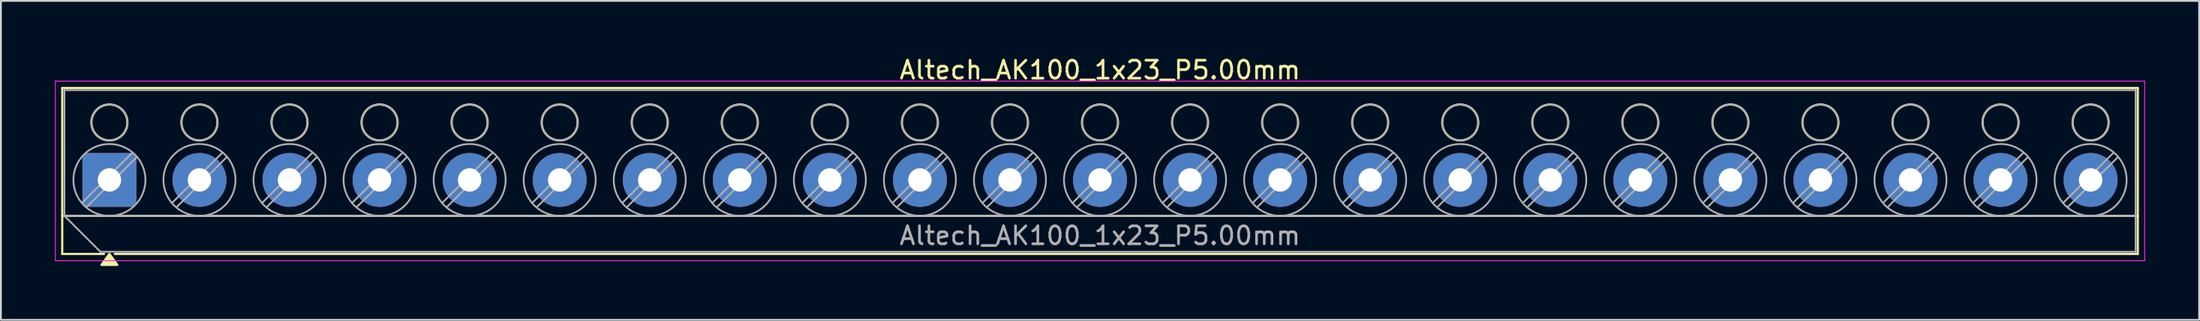
<source format=kicad_pcb>
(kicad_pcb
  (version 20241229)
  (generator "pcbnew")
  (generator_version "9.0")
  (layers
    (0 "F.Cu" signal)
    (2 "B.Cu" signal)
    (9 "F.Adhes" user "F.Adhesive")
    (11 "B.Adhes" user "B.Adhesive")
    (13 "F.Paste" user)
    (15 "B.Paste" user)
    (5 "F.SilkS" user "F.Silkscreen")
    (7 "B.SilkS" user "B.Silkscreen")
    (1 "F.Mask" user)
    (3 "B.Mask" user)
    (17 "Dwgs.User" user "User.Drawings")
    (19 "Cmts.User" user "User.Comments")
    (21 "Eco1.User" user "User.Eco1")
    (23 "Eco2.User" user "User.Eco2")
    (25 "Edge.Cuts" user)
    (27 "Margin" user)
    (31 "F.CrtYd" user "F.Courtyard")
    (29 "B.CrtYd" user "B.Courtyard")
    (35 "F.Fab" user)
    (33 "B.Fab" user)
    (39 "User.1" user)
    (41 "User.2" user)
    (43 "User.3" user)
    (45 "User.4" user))
  (footprint "Altech_AK100_1x23_P5.00mm"
    (layer "F.Cu")
    (at 3.025 6.968)
    (property "Reference" "Altech_AK100_1x23_P5.00mm" (at 55 -6.12 0) (layer "F.SilkS") (effects (font (size 1 1) (thickness 0.15))))
    (attr through_hole)
    (fp_line (start -2.62 -5.12) (end 112.62 -5.12) (stroke (width 0.12) (type solid)) (layer "F.SilkS"))
    (fp_line (start -2.62 2) (end 112.62 2) (stroke (width 0.12) (type solid)) (layer "F.SilkS"))
    (fp_line (start -2.62 4.12) (end -2.62 -5.12) (stroke (width 0.12) (type solid)) (layer "F.SilkS"))
    (fp_line (start -0.3 4.12) (end -2.62 4.12) (stroke (width 0.12) (type solid)) (layer "F.SilkS"))
    (fp_line (start 112.62 -5.12) (end 112.62 4.12) (stroke (width 0.12) (type solid)) (layer "F.SilkS"))
    (fp_line (start 112.62 4.12) (end 0.3 4.12) (stroke (width 0.12) (type solid)) (layer "F.SilkS"))
    (fp_circle (center 0 -3.2) (end 1 -3.2) (stroke (width 0.12) (type solid)) (fill no) (layer "F.SilkS"))
    (fp_circle (center 5 -3.2) (end 6 -3.2) (stroke (width 0.12) (type solid)) (fill no) (layer "F.SilkS"))
    (fp_circle (center 10 -3.2) (end 11 -3.2) (stroke (width 0.12) (type solid)) (fill no) (layer "F.SilkS"))
    (fp_circle (center 15 -3.2) (end 16 -3.2) (stroke (width 0.12) (type solid)) (fill no) (layer "F.SilkS"))
    (fp_circle (center 20 -3.2) (end 21 -3.2) (stroke (width 0.12) (type solid)) (fill no) (layer "F.SilkS"))
    (fp_circle (center 25 -3.2) (end 26 -3.2) (stroke (width 0.12) (type solid)) (fill no) (layer "F.SilkS"))
    (fp_circle (center 30 -3.2) (end 31 -3.2) (stroke (width 0.12) (type solid)) (fill no) (layer "F.SilkS"))
    (fp_circle (center 35 -3.2) (end 36 -3.2) (stroke (width 0.12) (type solid)) (fill no) (layer "F.SilkS"))
    (fp_circle (center 40 -3.2) (end 41 -3.2) (stroke (width 0.12) (type solid)) (fill no) (layer "F.SilkS"))
    (fp_circle (center 45 -3.2) (end 46 -3.2) (stroke (width 0.12) (type solid)) (fill no) (layer "F.SilkS"))
    (fp_circle (center 50 -3.2) (end 51 -3.2) (stroke (width 0.12) (type solid)) (fill no) (layer "F.SilkS"))
    (fp_circle (center 55 -3.2) (end 56 -3.2) (stroke (width 0.12) (type solid)) (fill no) (layer "F.SilkS"))
    (fp_circle (center 60 -3.2) (end 61 -3.2) (stroke (width 0.12) (type solid)) (fill no) (layer "F.SilkS"))
    (fp_circle (center 65 -3.2) (end 66 -3.2) (stroke (width 0.12) (type solid)) (fill no) (layer "F.SilkS"))
    (fp_circle (center 70 -3.2) (end 71 -3.2) (stroke (width 0.12) (type solid)) (fill no) (layer "F.SilkS"))
    (fp_circle (center 75 -3.2) (end 76 -3.2) (stroke (width 0.12) (type solid)) (fill no) (layer "F.SilkS"))
    (fp_circle (center 80 -3.2) (end 81 -3.2) (stroke (width 0.12) (type solid)) (fill no) (layer "F.SilkS"))
    (fp_circle (center 85 -3.2) (end 86 -3.2) (stroke (width 0.12) (type solid)) (fill no) (layer "F.SilkS"))
    (fp_circle (center 90 -3.2) (end 91 -3.2) (stroke (width 0.12) (type solid)) (fill no) (layer "F.SilkS"))
    (fp_circle (center 95 -3.2) (end 96 -3.2) (stroke (width 0.12) (type solid)) (fill no) (layer "F.SilkS"))
    (fp_circle (center 100 -3.2) (end 101 -3.2) (stroke (width 0.12) (type solid)) (fill no) (layer "F.SilkS"))
    (fp_circle (center 105 -3.2) (end 106 -3.2) (stroke (width 0.12) (type solid)) (fill no) (layer "F.SilkS"))
    (fp_circle (center 110 -3.2) (end 111 -3.2) (stroke (width 0.12) (type solid)) (fill no) (layer "F.SilkS"))
    (fp_poly (pts (xy 0 4.12) (xy 0.44 4.73) (xy -0.44 4.73)) (stroke (width 0.12) (type solid)) (fill yes) (layer "F.SilkS"))
    (fp_line (start -3 -5.5) (end -3 4.5) (stroke (width 0.05) (type solid)) (layer "F.CrtYd"))
    (fp_line (start -3 4.5) (end 113 4.5) (stroke (width 0.05) (type solid)) (layer "F.CrtYd"))
    (fp_line (start 113 -5.5) (end -3 -5.5) (stroke (width 0.05) (type solid)) (layer "F.CrtYd"))
    (fp_line (start 113 4.5) (end 113 -5.5) (stroke (width 0.05) (type solid)) (layer "F.CrtYd"))
    (fp_line (start -2.5 -5) (end 112.5 -5) (stroke (width 0.1) (type solid)) (layer "F.Fab"))
    (fp_line (start -2.5 2) (end -2.5 -5) (stroke (width 0.1) (type solid)) (layer "F.Fab"))
    (fp_line (start -2.5 2) (end 112.5 2) (stroke (width 0.1) (type solid)) (layer "F.Fab"))
    (fp_line (start -0.5 4) (end -2.5 2) (stroke (width 0.1) (type solid)) (layer "F.Fab"))
    (fp_line (start 1.273 -1.517) (end -1.517 1.273) (stroke (width 0.1) (type solid)) (layer "F.Fab"))
    (fp_line (start 1.517 -1.273) (end -1.273 1.517) (stroke (width 0.1) (type solid)) (layer "F.Fab"))
    (fp_line (start 6.273 -1.517) (end 3.483 1.273) (stroke (width 0.1) (type solid)) (layer "F.Fab"))
    (fp_line (start 6.517 -1.273) (end 3.727 1.517) (stroke (width 0.1) (type solid)) (layer "F.Fab"))
    (fp_line (start 11.273 -1.517) (end 8.483 1.273) (stroke (width 0.1) (type solid)) (layer "F.Fab"))
    (fp_line (start 11.517 -1.273) (end 8.727 1.517) (stroke (width 0.1) (type solid)) (layer "F.Fab"))
    (fp_line (start 16.273 -1.517) (end 13.483 1.273) (stroke (width 0.1) (type solid)) (layer "F.Fab"))
    (fp_line (start 16.517 -1.273) (end 13.727 1.517) (stroke (width 0.1) (type solid)) (layer "F.Fab"))
    (fp_line (start 21.273 -1.517) (end 18.483 1.273) (stroke (width 0.1) (type solid)) (layer "F.Fab"))
    (fp_line (start 21.517 -1.273) (end 18.727 1.517) (stroke (width 0.1) (type solid)) (layer "F.Fab"))
    (fp_line (start 26.273 -1.517) (end 23.483 1.273) (stroke (width 0.1) (type solid)) (layer "F.Fab"))
    (fp_line (start 26.517 -1.273) (end 23.727 1.517) (stroke (width 0.1) (type solid)) (layer "F.Fab"))
    (fp_line (start 31.273 -1.517) (end 28.483 1.273) (stroke (width 0.1) (type solid)) (layer "F.Fab"))
    (fp_line (start 31.517 -1.273) (end 28.727 1.517) (stroke (width 0.1) (type solid)) (layer "F.Fab"))
    (fp_line (start 36.273 -1.517) (end 33.483 1.273) (stroke (width 0.1) (type solid)) (layer "F.Fab"))
    (fp_line (start 36.517 -1.273) (end 33.727 1.517) (stroke (width 0.1) (type solid)) (layer "F.Fab"))
    (fp_line (start 41.273 -1.517) (end 38.483 1.273) (stroke (width 0.1) (type solid)) (layer "F.Fab"))
    (fp_line (start 41.517 -1.273) (end 38.727 1.517) (stroke (width 0.1) (type solid)) (layer "F.Fab"))
    (fp_line (start 46.273 -1.517) (end 43.483 1.273) (stroke (width 0.1) (type solid)) (layer "F.Fab"))
    (fp_line (start 46.517 -1.273) (end 43.727 1.517) (stroke (width 0.1) (type solid)) (layer "F.Fab"))
    (fp_line (start 51.273 -1.517) (end 48.483 1.273) (stroke (width 0.1) (type solid)) (layer "F.Fab"))
    (fp_line (start 51.517 -1.273) (end 48.727 1.517) (stroke (width 0.1) (type solid)) (layer "F.Fab"))
    (fp_line (start 56.273 -1.517) (end 53.483 1.273) (stroke (width 0.1) (type solid)) (layer "F.Fab"))
    (fp_line (start 56.517 -1.273) (end 53.727 1.517) (stroke (width 0.1) (type solid)) (layer "F.Fab"))
    (fp_line (start 61.273 -1.517) (end 58.483 1.273) (stroke (width 0.1) (type solid)) (layer "F.Fab"))
    (fp_line (start 61.517 -1.273) (end 58.727 1.517) (stroke (width 0.1) (type solid)) (layer "F.Fab"))
    (fp_line (start 66.273 -1.517) (end 63.483 1.273) (stroke (width 0.1) (type solid)) (layer "F.Fab"))
    (fp_line (start 66.517 -1.273) (end 63.727 1.517) (stroke (width 0.1) (type solid)) (layer "F.Fab"))
    (fp_line (start 71.273 -1.517) (end 68.483 1.273) (stroke (width 0.1) (type solid)) (layer "F.Fab"))
    (fp_line (start 71.517 -1.273) (end 68.727 1.517) (stroke (width 0.1) (type solid)) (layer "F.Fab"))
    (fp_line (start 76.273 -1.517) (end 73.483 1.273) (stroke (width 0.1) (type solid)) (layer "F.Fab"))
    (fp_line (start 76.517 -1.273) (end 73.727 1.517) (stroke (width 0.1) (type solid)) (layer "F.Fab"))
    (fp_line (start 81.273 -1.517) (end 78.483 1.273) (stroke (width 0.1) (type solid)) (layer "F.Fab"))
    (fp_line (start 81.517 -1.273) (end 78.727 1.517) (stroke (width 0.1) (type solid)) (layer "F.Fab"))
    (fp_line (start 86.273 -1.517) (end 83.483 1.273) (stroke (width 0.1) (type solid)) (layer "F.Fab"))
    (fp_line (start 86.517 -1.273) (end 83.727 1.517) (stroke (width 0.1) (type solid)) (layer "F.Fab"))
    (fp_line (start 91.273 -1.517) (end 88.483 1.273) (stroke (width 0.1) (type solid)) (layer "F.Fab"))
    (fp_line (start 91.517 -1.273) (end 88.727 1.517) (stroke (width 0.1) (type solid)) (layer "F.Fab"))
    (fp_line (start 96.273 -1.517) (end 93.483 1.273) (stroke (width 0.1) (type solid)) (layer "F.Fab"))
    (fp_line (start 96.517 -1.273) (end 93.727 1.517) (stroke (width 0.1) (type solid)) (layer "F.Fab"))
    (fp_line (start 101.273 -1.517) (end 98.483 1.273) (stroke (width 0.1) (type solid)) (layer "F.Fab"))
    (fp_line (start 101.517 -1.273) (end 98.727 1.517) (stroke (width 0.1) (type solid)) (layer "F.Fab"))
    (fp_line (start 106.273 -1.517) (end 103.483 1.273) (stroke (width 0.1) (type solid)) (layer "F.Fab"))
    (fp_line (start 106.517 -1.273) (end 103.727 1.517) (stroke (width 0.1) (type solid)) (layer "F.Fab"))
    (fp_line (start 111.273 -1.517) (end 108.483 1.273) (stroke (width 0.1) (type solid)) (layer "F.Fab"))
    (fp_line (start 111.517 -1.273) (end 108.727 1.517) (stroke (width 0.1) (type solid)) (layer "F.Fab"))
    (fp_line (start 112.5 -5) (end 112.5 4) (stroke (width 0.1) (type solid)) (layer "F.Fab"))
    (fp_line (start 112.5 4) (end -0.5 4) (stroke (width 0.1) (type solid)) (layer "F.Fab"))
    (fp_circle (center 0 -3.2) (end 1 -3.2) (stroke (width 0.1) (type solid)) (fill no) (layer "F.Fab"))
    (fp_circle (center 0 0) (end 2 0) (stroke (width 0.1) (type solid)) (fill no) (layer "F.Fab"))
    (fp_circle (center 5 -3.2) (end 6 -3.2) (stroke (width 0.1) (type solid)) (fill no) (layer "F.Fab"))
    (fp_circle (center 5 0) (end 7 0) (stroke (width 0.1) (type solid)) (fill no) (layer "F.Fab"))
    (fp_circle (center 10 -3.2) (end 11 -3.2) (stroke (width 0.1) (type solid)) (fill no) (layer "F.Fab"))
    (fp_circle (center 10 0) (end 12 0) (stroke (width 0.1) (type solid)) (fill no) (layer "F.Fab"))
    (fp_circle (center 15 -3.2) (end 16 -3.2) (stroke (width 0.1) (type solid)) (fill no) (layer "F.Fab"))
    (fp_circle (center 15 0) (end 17 0) (stroke (width 0.1) (type solid)) (fill no) (layer "F.Fab"))
    (fp_circle (center 20 -3.2) (end 21 -3.2) (stroke (width 0.1) (type solid)) (fill no) (layer "F.Fab"))
    (fp_circle (center 20 0) (end 22 0) (stroke (width 0.1) (type solid)) (fill no) (layer "F.Fab"))
    (fp_circle (center 25 -3.2) (end 26 -3.2) (stroke (width 0.1) (type solid)) (fill no) (layer "F.Fab"))
    (fp_circle (center 25 0) (end 27 0) (stroke (width 0.1) (type solid)) (fill no) (layer "F.Fab"))
    (fp_circle (center 30 -3.2) (end 31 -3.2) (stroke (width 0.1) (type solid)) (fill no) (layer "F.Fab"))
    (fp_circle (center 30 0) (end 32 0) (stroke (width 0.1) (type solid)) (fill no) (layer "F.Fab"))
    (fp_circle (center 35 -3.2) (end 36 -3.2) (stroke (width 0.1) (type solid)) (fill no) (layer "F.Fab"))
    (fp_circle (center 35 0) (end 37 0) (stroke (width 0.1) (type solid)) (fill no) (layer "F.Fab"))
    (fp_circle (center 40 -3.2) (end 41 -3.2) (stroke (width 0.1) (type solid)) (fill no) (layer "F.Fab"))
    (fp_circle (center 40 0) (end 42 0) (stroke (width 0.1) (type solid)) (fill no) (layer "F.Fab"))
    (fp_circle (center 45 -3.2) (end 46 -3.2) (stroke (width 0.1) (type solid)) (fill no) (layer "F.Fab"))
    (fp_circle (center 45 0) (end 47 0) (stroke (width 0.1) (type solid)) (fill no) (layer "F.Fab"))
    (fp_circle (center 50 -3.2) (end 51 -3.2) (stroke (width 0.1) (type solid)) (fill no) (layer "F.Fab"))
    (fp_circle (center 50 0) (end 52 0) (stroke (width 0.1) (type solid)) (fill no) (layer "F.Fab"))
    (fp_circle (center 55 -3.2) (end 56 -3.2) (stroke (width 0.1) (type solid)) (fill no) (layer "F.Fab"))
    (fp_circle (center 55 0) (end 57 0) (stroke (width 0.1) (type solid)) (fill no) (layer "F.Fab"))
    (fp_circle (center 60 -3.2) (end 61 -3.2) (stroke (width 0.1) (type solid)) (fill no) (layer "F.Fab"))
    (fp_circle (center 60 0) (end 62 0) (stroke (width 0.1) (type solid)) (fill no) (layer "F.Fab"))
    (fp_circle (center 65 -3.2) (end 66 -3.2) (stroke (width 0.1) (type solid)) (fill no) (layer "F.Fab"))
    (fp_circle (center 65 0) (end 67 0) (stroke (width 0.1) (type solid)) (fill no) (layer "F.Fab"))
    (fp_circle (center 70 -3.2) (end 71 -3.2) (stroke (width 0.1) (type solid)) (fill no) (layer "F.Fab"))
    (fp_circle (center 70 0) (end 72 0) (stroke (width 0.1) (type solid)) (fill no) (layer "F.Fab"))
    (fp_circle (center 75 -3.2) (end 76 -3.2) (stroke (width 0.1) (type solid)) (fill no) (layer "F.Fab"))
    (fp_circle (center 75 0) (end 77 0) (stroke (width 0.1) (type solid)) (fill no) (layer "F.Fab"))
    (fp_circle (center 80 -3.2) (end 81 -3.2) (stroke (width 0.1) (type solid)) (fill no) (layer "F.Fab"))
    (fp_circle (center 80 0) (end 82 0) (stroke (width 0.1) (type solid)) (fill no) (layer "F.Fab"))
    (fp_circle (center 85 -3.2) (end 86 -3.2) (stroke (width 0.1) (type solid)) (fill no) (layer "F.Fab"))
    (fp_circle (center 85 0) (end 87 0) (stroke (width 0.1) (type solid)) (fill no) (layer "F.Fab"))
    (fp_circle (center 90 -3.2) (end 91 -3.2) (stroke (width 0.1) (type solid)) (fill no) (layer "F.Fab"))
    (fp_circle (center 90 0) (end 92 0) (stroke (width 0.1) (type solid)) (fill no) (layer "F.Fab"))
    (fp_circle (center 95 -3.2) (end 96 -3.2) (stroke (width 0.1) (type solid)) (fill no) (layer "F.Fab"))
    (fp_circle (center 95 0) (end 97 0) (stroke (width 0.1) (type solid)) (fill no) (layer "F.Fab"))
    (fp_circle (center 100 -3.2) (end 101 -3.2) (stroke (width 0.1) (type solid)) (fill no) (layer "F.Fab"))
    (fp_circle (center 100 0) (end 102 0) (stroke (width 0.1) (type solid)) (fill no) (layer "F.Fab"))
    (fp_circle (center 105 -3.2) (end 106 -3.2) (stroke (width 0.1) (type solid)) (fill no) (layer "F.Fab"))
    (fp_circle (center 105 0) (end 107 0) (stroke (width 0.1) (type solid)) (fill no) (layer "F.Fab"))
    (fp_circle (center 110 -3.2) (end 111 -3.2) (stroke (width 0.1) (type solid)) (fill no) (layer "F.Fab"))
    (fp_circle (center 110 0) (end 112 0) (stroke (width 0.1) (type solid)) (fill no) (layer "F.Fab"))
    (fp_text user "${REFERENCE}" (at 55 3.1 0) (layer "F.Fab") (effects (font (size 1 1) (thickness 0.15))))
    (pad "1" thru_hole roundrect (at 0 0) (size 3 3) (drill 1.3) (layers "*.Cu" "*.Mask") (roundrect_rratio 0.083))
    (pad "2" thru_hole circle (at 5 0) (size 3 3) (drill 1.3) (layers "*.Cu" "*.Mask"))
    (pad "3" thru_hole circle (at 10 0) (size 3 3) (drill 1.3) (layers "*.Cu" "*.Mask"))
    (pad "4" thru_hole circle (at 15 0) (size 3 3) (drill 1.3) (layers "*.Cu" "*.Mask"))
    (pad "5" thru_hole circle (at 20 0) (size 3 3) (drill 1.3) (layers "*.Cu" "*.Mask"))
    (pad "6" thru_hole circle (at 25 0) (size 3 3) (drill 1.3) (layers "*.Cu" "*.Mask"))
    (pad "7" thru_hole circle (at 30 0) (size 3 3) (drill 1.3) (layers "*.Cu" "*.Mask"))
    (pad "8" thru_hole circle (at 35 0) (size 3 3) (drill 1.3) (layers "*.Cu" "*.Mask"))
    (pad "9" thru_hole circle (at 40 0) (size 3 3) (drill 1.3) (layers "*.Cu" "*.Mask"))
    (pad "10" thru_hole circle (at 45 0) (size 3 3) (drill 1.3) (layers "*.Cu" "*.Mask"))
    (pad "11" thru_hole circle (at 50 0) (size 3 3) (drill 1.3) (layers "*.Cu" "*.Mask"))
    (pad "12" thru_hole circle (at 55 0) (size 3 3) (drill 1.3) (layers "*.Cu" "*.Mask"))
    (pad "13" thru_hole circle (at 60 0) (size 3 3) (drill 1.3) (layers "*.Cu" "*.Mask"))
    (pad "14" thru_hole circle (at 65 0) (size 3 3) (drill 1.3) (layers "*.Cu" "*.Mask"))
    (pad "15" thru_hole circle (at 70 0) (size 3 3) (drill 1.3) (layers "*.Cu" "*.Mask"))
    (pad "16" thru_hole circle (at 75 0) (size 3 3) (drill 1.3) (layers "*.Cu" "*.Mask"))
    (pad "17" thru_hole circle (at 80 0) (size 3 3) (drill 1.3) (layers "*.Cu" "*.Mask"))
    (pad "18" thru_hole circle (at 85 0) (size 3 3) (drill 1.3) (layers "*.Cu" "*.Mask"))
    (pad "19" thru_hole circle (at 90 0) (size 3 3) (drill 1.3) (layers "*.Cu" "*.Mask"))
    (pad "20" thru_hole circle (at 95 0) (size 3 3) (drill 1.3) (layers "*.Cu" "*.Mask"))
    (pad "21" thru_hole circle (at 100 0) (size 3 3) (drill 1.3) (layers "*.Cu" "*.Mask"))
    (pad "22" thru_hole circle (at 105 0) (size 3 3) (drill 1.3) (layers "*.Cu" "*.Mask"))
    (pad "23" thru_hole circle (at 110 0) (size 3 3) (drill 1.3) (layers "*.Cu" "*.Mask")))
  (gr_rect
    (start -3 -3)
    (end 119.05 14.758)
    (stroke (width 0.1) (type default))
    (fill no)
    (layer "Edge.Cuts")))
</source>
